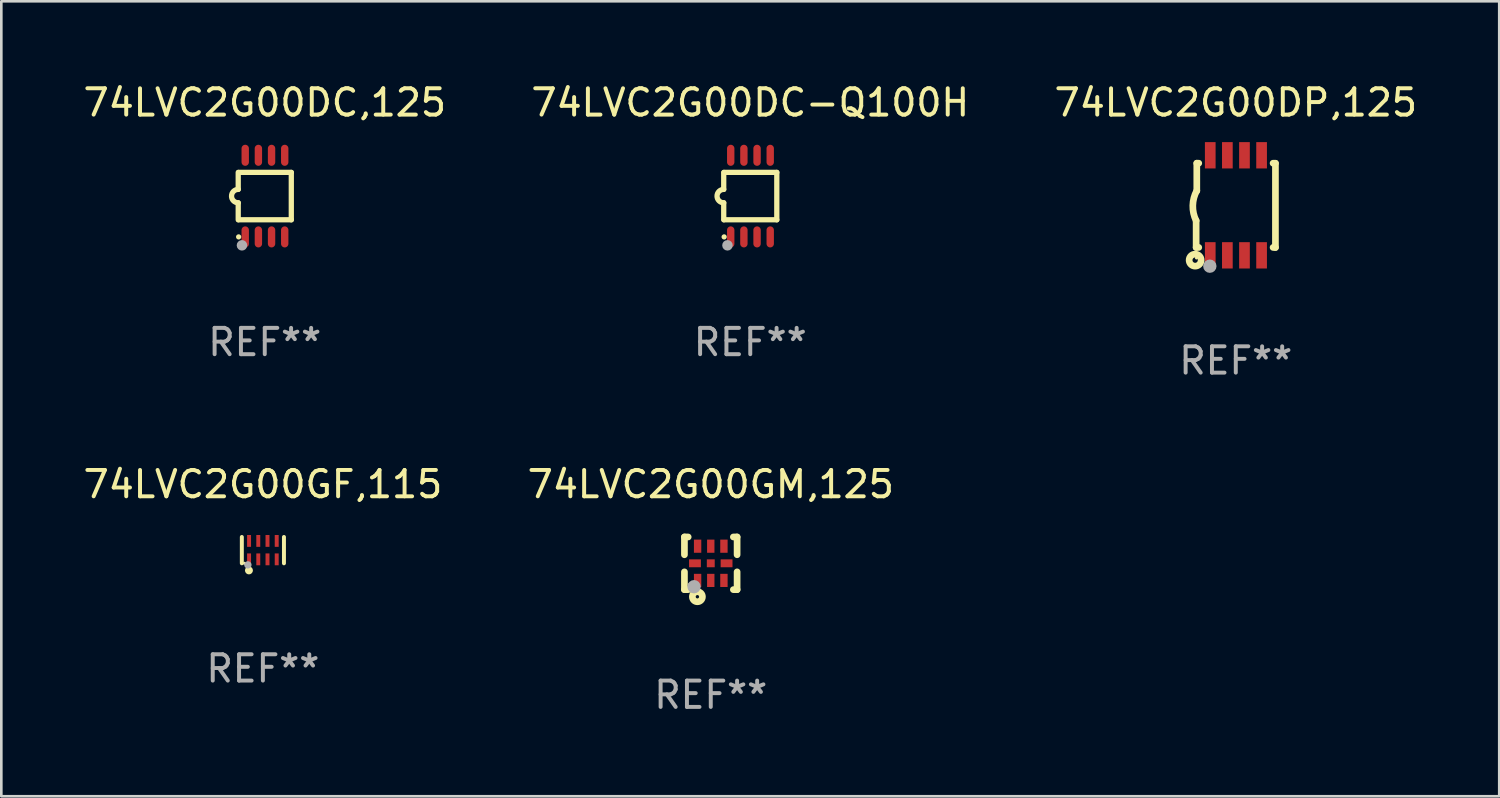
<source format=kicad_pcb>
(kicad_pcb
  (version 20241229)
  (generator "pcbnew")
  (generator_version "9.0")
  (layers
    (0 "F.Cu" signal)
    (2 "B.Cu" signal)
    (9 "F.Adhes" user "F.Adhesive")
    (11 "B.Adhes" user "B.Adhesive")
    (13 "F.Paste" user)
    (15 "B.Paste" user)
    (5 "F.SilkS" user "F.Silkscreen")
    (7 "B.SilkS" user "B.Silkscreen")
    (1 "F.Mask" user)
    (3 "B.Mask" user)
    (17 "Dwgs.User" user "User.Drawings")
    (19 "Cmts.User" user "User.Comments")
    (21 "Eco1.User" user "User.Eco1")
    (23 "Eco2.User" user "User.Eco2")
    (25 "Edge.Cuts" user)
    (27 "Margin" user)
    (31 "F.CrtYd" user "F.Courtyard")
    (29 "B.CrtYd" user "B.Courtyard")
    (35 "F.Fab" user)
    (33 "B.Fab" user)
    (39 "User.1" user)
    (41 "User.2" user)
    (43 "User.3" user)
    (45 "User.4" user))
  (footprint "74LVC2G00DC-Q100H"
    (layer "F.Cu")
    (at 25.446 4.398)
    (property "Reference" "74LVC2G00DC-Q100H" (at 0 -3.55 0) (layer "F.SilkS") (effects (font (size 1 1) (thickness 0.15))))
    (attr through_hole)
    (fp_line (start -1.008 -0.254) (end -1.008 -0.9) (stroke (width 0.2) (type solid)) (layer "F.SilkS"))
    (fp_line (start -1.008 0.254) (end -1.008 0.9) (stroke (width 0.2) (type solid)) (layer "F.SilkS"))
    (fp_line (start -0.992 0.9) (end 1.008 0.9) (stroke (width 0.2) (type solid)) (layer "F.SilkS"))
    (fp_line (start 1.008 -0.9) (end -0.992 -0.9) (stroke (width 0.2) (type solid)) (layer "F.SilkS"))
    (fp_line (start 1.008 0.9) (end 1.008 -0.9) (stroke (width 0.2) (type solid)) (layer "F.SilkS"))
    (fp_arc (start -1.008001 0.254001) (mid -1.262002 0) (end -1.008001 -0.254001) (stroke (width 0.2) (type solid)) (layer "F.SilkS"))
    (fp_circle (center -0.992 1.55) (end -0.942 1.55) (stroke (width 0.1) (type solid)) (fill no) (layer "F.SilkS"))
    (fp_circle (center -0.866 1.87) (end -0.766 1.87) (stroke (width 0.2) (type solid)) (fill no) (layer "F.Fab"))
    (fp_text user "REF**" (at 0 5.55 0) (layer "F.Fab") (effects (font (size 1 1) (thickness 0.15))))
    (pad "1" smd oval (at -0.742 1.55 270) (size 0.8 0.28) (layers "F.Cu" "F.Mask" "F.Paste"))
    (pad "2" smd oval (at -0.242 1.55 270) (size 0.8 0.28) (layers "F.Cu" "F.Mask" "F.Paste"))
    (pad "3" smd oval (at 0.258 1.55 270) (size 0.8 0.28) (layers "F.Cu" "F.Mask" "F.Paste"))
    (pad "4" smd oval (at 0.758 1.55 270) (size 0.8 0.28) (layers "F.Cu" "F.Mask" "F.Paste"))
    (pad "5" smd oval (at 0.758 -1.55 270) (size 0.8 0.28) (layers "F.Cu" "F.Mask" "F.Paste"))
    (pad "6" smd oval (at 0.258 -1.55 270) (size 0.8 0.28) (layers "F.Cu" "F.Mask" "F.Paste"))
    (pad "7" smd oval (at -0.242 -1.55 270) (size 0.8 0.28) (layers "F.Cu" "F.Mask" "F.Paste"))
    (pad "8" smd oval (at -0.742 -1.55 270) (size 0.8 0.28) (layers "F.Cu" "F.Mask" "F.Paste")))
  (footprint "74LVC2G00GM,125"
    (layer "F.Cu")
    (at 23.946 18.345)
    (property "Reference" "74LVC2G00GM,125" (at 0 -3 0) (layer "F.SilkS") (effects (font (size 1 1) (thickness 0.15))))
    (attr through_hole)
    (fp_line (start -1 -1) (end -0.858 -1) (stroke (width 0.254) (type solid)) (layer "F.SilkS"))
    (fp_line (start -1 -0.325) (end -1 -1) (stroke (width 0.254) (type solid)) (layer "F.SilkS"))
    (fp_line (start -1 1) (end -1 0.325) (stroke (width 0.254) (type solid)) (layer "F.SilkS"))
    (fp_line (start -0.858 1) (end -1 1) (stroke (width 0.254) (type solid)) (layer "F.SilkS"))
    (fp_line (start 0.858 -1) (end 1 -1) (stroke (width 0.254) (type solid)) (layer "F.SilkS"))
    (fp_line (start 1 -1) (end 1 -0.325) (stroke (width 0.254) (type solid)) (layer "F.SilkS"))
    (fp_line (start 1 0.325) (end 1 1) (stroke (width 0.254) (type solid)) (layer "F.SilkS"))
    (fp_line (start 1 1) (end 0.858 1) (stroke (width 0.254) (type solid)) (layer "F.SilkS"))
    (fp_circle (center -0.8 0.8) (end -0.77 0.8) (stroke (width 0.06) (type solid)) (fill no) (layer "F.SilkS"))
    (fp_circle (center -0.508 1.27) (end -0.444 1.27) (stroke (width 0.254) (type solid)) (fill no) (layer "F.SilkS"))
    (fp_circle (center -0.635 0.889) (end -0.508 0.889) (stroke (width 0.254) (type solid)) (fill no) (layer "F.Fab"))
    (fp_text user "REF**" (at 0 5 0) (layer "F.Fab") (effects (font (size 1 1) (thickness 0.15))))
    (pad "1" smd rect (at -0.5 0.65 90) (size 0.5 0.28) (layers "F.Cu" "F.Mask" "F.Paste"))
    (pad "2" smd rect (at 0.000013 0.65 90) (size 0.5 0.28) (layers "F.Cu" "F.Mask" "F.Paste"))
    (pad "3" smd rect (at 0.5 0.65 90) (size 0.5 0.28) (layers "F.Cu" "F.Mask" "F.Paste"))
    (pad "4" smd rect (at 0.6 0.000076 180) (size 0.45 0.3) (layers "F.Cu" "F.Mask" "F.Paste"))
    (pad "5" smd rect (at 0.5 -0.65 90) (size 0.5 0.28) (layers "F.Cu" "F.Mask" "F.Paste"))
    (pad "6" smd rect (at 0.000013 -0.65 90) (size 0.5 0.28) (layers "F.Cu" "F.Mask" "F.Paste"))
    (pad "7" smd rect (at -0.5 -0.65 90) (size 0.5 0.28) (layers "F.Cu" "F.Mask" "F.Paste"))
    (pad "8" smd rect (at -0.6 0.000076 180) (size 0.45 0.3) (layers "F.Cu" "F.Mask" "F.Paste"))
    (pad "9" smd rect (at 0.000013 0.000076 180) (size 0.3 0.3) (layers "F.Cu" "F.Mask" "F.Paste")))
  (footprint "74LVC2G00DC,125"
    (layer "F.Cu")
    (at 7.006 4.398)
    (property "Reference" "74LVC2G00DC,125" (at 0 -3.55 0) (layer "F.SilkS") (effects (font (size 1 1) (thickness 0.15))))
    (attr through_hole)
    (fp_line (start -1.008 -0.254) (end -1.008 -0.9) (stroke (width 0.2) (type solid)) (layer "F.SilkS"))
    (fp_line (start -1.008 0.254) (end -1.008 0.9) (stroke (width 0.2) (type solid)) (layer "F.SilkS"))
    (fp_line (start -0.992 0.9) (end 1.008 0.9) (stroke (width 0.2) (type solid)) (layer "F.SilkS"))
    (fp_line (start 1.008 -0.9) (end -0.992 -0.9) (stroke (width 0.2) (type solid)) (layer "F.SilkS"))
    (fp_line (start 1.008 0.9) (end 1.008 -0.9) (stroke (width 0.2) (type solid)) (layer "F.SilkS"))
    (fp_arc (start -1.008001 0.254001) (mid -1.262002 0) (end -1.008001 -0.254001) (stroke (width 0.2) (type solid)) (layer "F.SilkS"))
    (fp_circle (center -0.992 1.55) (end -0.942 1.55) (stroke (width 0.1) (type solid)) (fill no) (layer "F.SilkS"))
    (fp_circle (center -0.866 1.87) (end -0.766 1.87) (stroke (width 0.2) (type solid)) (fill no) (layer "F.Fab"))
    (fp_text user "REF**" (at 0 5.55 0) (layer "F.Fab") (effects (font (size 1 1) (thickness 0.15))))
    (pad "1" smd oval (at -0.742 1.55 270) (size 0.8 0.28) (layers "F.Cu" "F.Mask" "F.Paste"))
    (pad "2" smd oval (at -0.242 1.55 270) (size 0.8 0.28) (layers "F.Cu" "F.Mask" "F.Paste"))
    (pad "3" smd oval (at 0.258 1.55 270) (size 0.8 0.28) (layers "F.Cu" "F.Mask" "F.Paste"))
    (pad "4" smd oval (at 0.758 1.55 270) (size 0.8 0.28) (layers "F.Cu" "F.Mask" "F.Paste"))
    (pad "5" smd oval (at 0.758 -1.55 270) (size 0.8 0.28) (layers "F.Cu" "F.Mask" "F.Paste"))
    (pad "6" smd oval (at 0.258 -1.55 270) (size 0.8 0.28) (layers "F.Cu" "F.Mask" "F.Paste"))
    (pad "7" smd oval (at -0.242 -1.55 270) (size 0.8 0.28) (layers "F.Cu" "F.Mask" "F.Paste"))
    (pad "8" smd oval (at -0.742 -1.55 270) (size 0.8 0.28) (layers "F.Cu" "F.Mask" "F.Paste")))
  (footprint "74LVC2G00GF,115"
    (layer "F.Cu")
    (at 6.935 17.845)
    (property "Reference" "74LVC2G00GF,115" (at 0 -2.5 0) (layer "F.SilkS") (effects (font (size 1 1) (thickness 0.15))))
    (attr through_hole)
    (fp_line (start -0.8 -0.5) (end -0.8 0.5) (stroke (width 0.15) (type solid)) (layer "F.SilkS"))
    (fp_line (start 0.8 -0.5) (end 0.8 0.5) (stroke (width 0.15) (type solid)) (layer "F.SilkS"))
    (fp_circle (center -0.7 0.5) (end -0.67 0.5) (stroke (width 0.06) (type solid)) (fill no) (layer "F.SilkS"))
    (fp_circle (center -0.53 0.77) (end -0.454 0.77) (stroke (width 0.15) (type solid)) (fill no) (layer "F.SilkS"))
    (fp_circle (center -0.57 0.56) (end -0.5 0.56) (stroke (width 0.14) (type solid)) (fill no) (layer "F.Fab"))
    (fp_text user "REF**" (at 0 4.5 0) (layer "F.Fab") (effects (font (size 1 1) (thickness 0.15))))
    (pad "1" smd rect (at -0.525 0.35) (size 0.15 0.45) (layers "F.Cu" "F.Mask" "F.Paste"))
    (pad "2" smd rect (at -0.175 0.35) (size 0.15 0.45) (layers "F.Cu" "F.Mask" "F.Paste"))
    (pad "3" smd rect (at 0.175 0.35) (size 0.15 0.45) (layers "F.Cu" "F.Mask" "F.Paste"))
    (pad "4" smd rect (at 0.525 0.35) (size 0.15 0.45) (layers "F.Cu" "F.Mask" "F.Paste"))
    (pad "5" smd rect (at 0.525 -0.35) (size 0.15 0.45) (layers "F.Cu" "F.Mask" "F.Paste"))
    (pad "6" smd rect (at 0.175 -0.35) (size 0.15 0.45) (layers "F.Cu" "F.Mask" "F.Paste"))
    (pad "7" smd rect (at -0.175 -0.35) (size 0.15 0.45) (layers "F.Cu" "F.Mask" "F.Paste"))
    (pad "8" smd rect (at -0.525 -0.35) (size 0.15 0.45) (layers "F.Cu" "F.Mask" "F.Paste")))
  (footprint "74LVC2G00DP,125"
    (layer "F.Cu")
    (at 43.887 4.748)
    (property "Reference" "74LVC2G00DP,125" (at 0 -3.9 0) (layer "F.SilkS") (effects (font (size 1 1) (thickness 0.15))))
    (attr through_hole)
    (fp_line (start -1.506 1.6) (end -1.506 0.584) (stroke (width 0.254) (type solid)) (layer "F.SilkS"))
    (fp_line (start -1.506 1.6) (end -1.407 1.6) (stroke (width 0.254) (type solid)) (layer "F.SilkS"))
    (fp_line (start -1.481 -1.599) (end -1.481 -0.549) (stroke (width 0.254) (type solid)) (layer "F.SilkS"))
    (fp_line (start -1.481 -1.599) (end -1.407 -1.599) (stroke (width 0.254) (type solid)) (layer "F.SilkS"))
    (fp_line (start 1.417 -1.599) (end 1.506 -1.599) (stroke (width 0.254) (type solid)) (layer "F.SilkS"))
    (fp_line (start 1.417 1.6) (end 1.506 1.6) (stroke (width 0.254) (type solid)) (layer "F.SilkS"))
    (fp_line (start 1.506 1.603) (end 1.506 -1.595) (stroke (width 0.254) (type solid)) (layer "F.SilkS"))
    (fp_arc (start -1.506223 0.584328) (mid -1.632455 0.00974) (end -1.480823 -0.558674) (stroke (width 0.254001) (type solid)) (layer "F.SilkS"))
    (fp_circle (center -1.544 2.083) (end -1.443 2.083) (stroke (width 0.254) (type solid)) (fill no) (layer "F.SilkS"))
    (fp_circle (center -1.495 2) (end -1.465 2) (stroke (width 0.06) (type solid)) (fill no) (layer "F.SilkS"))
    (fp_circle (center -0.986 2.312) (end -0.859 2.312) (stroke (width 0.254) (type solid)) (fill no) (layer "F.Fab"))
    (fp_text user "REF**" (at 0 5.9 0) (layer "F.Fab") (effects (font (size 1 1) (thickness 0.15))))
    (pad "1" smd rect (at -0.97 1.9 90) (size 1 0.406) (layers "F.Cu" "F.Mask" "F.Paste"))
    (pad "2" smd rect (at -0.32 1.9 90) (size 1 0.406) (layers "F.Cu" "F.Mask" "F.Paste"))
    (pad "3" smd rect (at 0.33 1.9 90) (size 1 0.406) (layers "F.Cu" "F.Mask" "F.Paste"))
    (pad "4" smd rect (at 0.98 1.9 90) (size 1 0.406) (layers "F.Cu" "F.Mask" "F.Paste"))
    (pad "5" smd rect (at 0.98 -1.9 90) (size 1 0.406) (layers "F.Cu" "F.Mask" "F.Paste"))
    (pad "6" smd rect (at 0.33 -1.9 90) (size 1 0.406) (layers "F.Cu" "F.Mask" "F.Paste"))
    (pad "7" smd rect (at -0.32 -1.9 90) (size 1 0.406) (layers "F.Cu" "F.Mask" "F.Paste"))
    (pad "8" smd rect (at -0.97 -1.9 90) (size 1 0.406) (layers "F.Cu" "F.Mask" "F.Paste")))
  (gr_rect
    (start -3 -3)
    (end 53.893 27.193)
    (stroke (width 0.1) (type default))
    (fill no)
    (layer "Edge.Cuts")))
</source>
